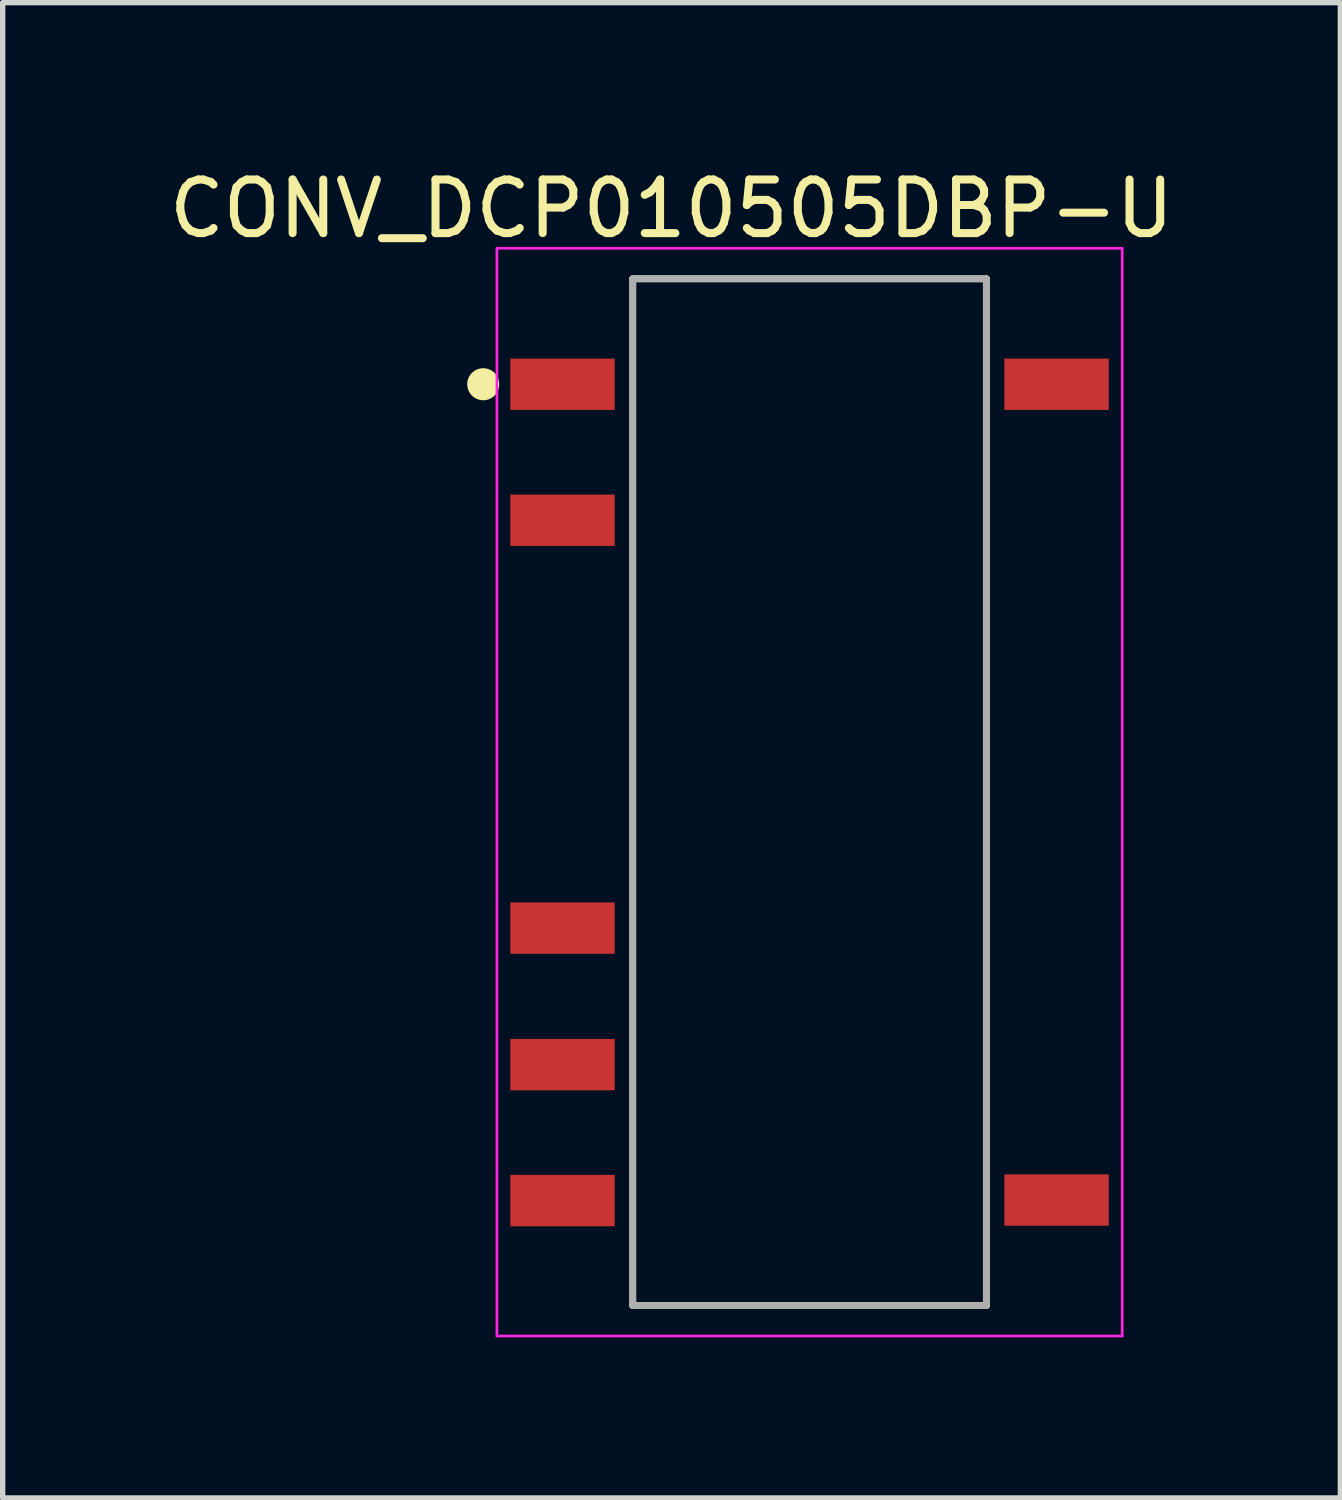
<source format=kicad_pcb>
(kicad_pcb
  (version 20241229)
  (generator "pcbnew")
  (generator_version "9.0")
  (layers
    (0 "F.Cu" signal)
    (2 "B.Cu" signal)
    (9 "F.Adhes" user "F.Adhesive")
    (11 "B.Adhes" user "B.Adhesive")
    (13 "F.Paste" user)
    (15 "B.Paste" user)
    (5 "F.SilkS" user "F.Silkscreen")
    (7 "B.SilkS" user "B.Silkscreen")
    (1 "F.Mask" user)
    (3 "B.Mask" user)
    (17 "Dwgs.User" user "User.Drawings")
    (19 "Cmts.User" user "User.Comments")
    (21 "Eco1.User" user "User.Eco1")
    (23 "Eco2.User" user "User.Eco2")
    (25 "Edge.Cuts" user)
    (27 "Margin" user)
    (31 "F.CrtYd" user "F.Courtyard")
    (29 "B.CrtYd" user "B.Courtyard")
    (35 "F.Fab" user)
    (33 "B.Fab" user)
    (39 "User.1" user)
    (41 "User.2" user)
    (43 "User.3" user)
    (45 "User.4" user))
  (footprint "CONV_DCP010505DBP-U"
    (layer "F.Cu")
    (at 12.073 11.748)
    (property "Reference" "CONV_DCP010505DBP-U" (at -2.578 -10.899 0) (layer "F.SilkS") (effects (font (size 1.001 1.001) (thickness 0.15))))
    (attr smd)
    (fp_line (start -3.303 -9.59) (end 3.303 -9.59) (stroke (width 0.127) (type solid)) (layer "F.SilkS"))
    (fp_line (start -3.303 9.59) (end -3.303 -9.59) (stroke (width 0.127) (type solid)) (layer "F.SilkS"))
    (fp_line (start 3.303 -9.59) (end 3.303 9.59) (stroke (width 0.127) (type solid)) (layer "F.SilkS"))
    (fp_line (start 3.303 9.59) (end -3.303 9.59) (stroke (width 0.127) (type solid)) (layer "F.SilkS"))
    (fp_circle (center -6.096 -7.62) (end -5.946 -7.62) (stroke (width 0.3) (type solid)) (fill no) (layer "F.SilkS"))
    (fp_line (start -5.84 -10.16) (end -5.84 10.16) (stroke (width 0.05) (type solid)) (layer "F.CrtYd"))
    (fp_line (start -5.84 10.16) (end 5.84 10.16) (stroke (width 0.05) (type solid)) (layer "F.CrtYd"))
    (fp_line (start 5.84 -10.16) (end -5.84 -10.16) (stroke (width 0.05) (type solid)) (layer "F.CrtYd"))
    (fp_line (start 5.84 10.16) (end 5.84 -10.16) (stroke (width 0.05) (type solid)) (layer "F.CrtYd"))
    (fp_line (start -3.303 -9.59) (end 3.303 -9.59) (stroke (width 0.127) (type solid)) (layer "F.Fab"))
    (fp_line (start -3.303 9.59) (end -3.303 -9.59) (stroke (width 0.127) (type solid)) (layer "F.Fab"))
    (fp_line (start 3.303 -9.59) (end 3.303 9.59) (stroke (width 0.127) (type solid)) (layer "F.Fab"))
    (fp_line (start 3.303 9.59) (end -3.303 9.59) (stroke (width 0.127) (type solid)) (layer "F.Fab"))
    (pad "1" smd rect (at -4.615 -7.62) (size 1.95 0.96) (layers "F.Cu" "F.Mask" "F.Paste"))
    (pad "2" smd rect (at -4.615 -5.08) (size 1.95 0.96) (layers "F.Cu" "F.Mask" "F.Paste"))
    (pad "5" smd rect (at -4.615 2.54) (size 1.95 0.96) (layers "F.Cu" "F.Mask" "F.Paste"))
    (pad "6" smd rect (at -4.615 5.09) (size 1.95 0.96) (layers "F.Cu" "F.Mask" "F.Paste"))
    (pad "7" smd rect (at -4.615 7.63) (size 1.95 0.96) (layers "F.Cu" "F.Mask" "F.Paste"))
    (pad "8" smd rect (at 4.615 7.62) (size 1.95 0.96) (layers "F.Cu" "F.Mask" "F.Paste"))
    (pad "14" smd rect (at 4.615 -7.62) (size 1.95 0.96) (layers "F.Cu" "F.Mask" "F.Paste")))
  (gr_rect
    (start -3 -3)
    (end 21.989 24.933)
    (stroke (width 0.1) (type default))
    (fill no)
    (layer "Edge.Cuts")))
</source>
